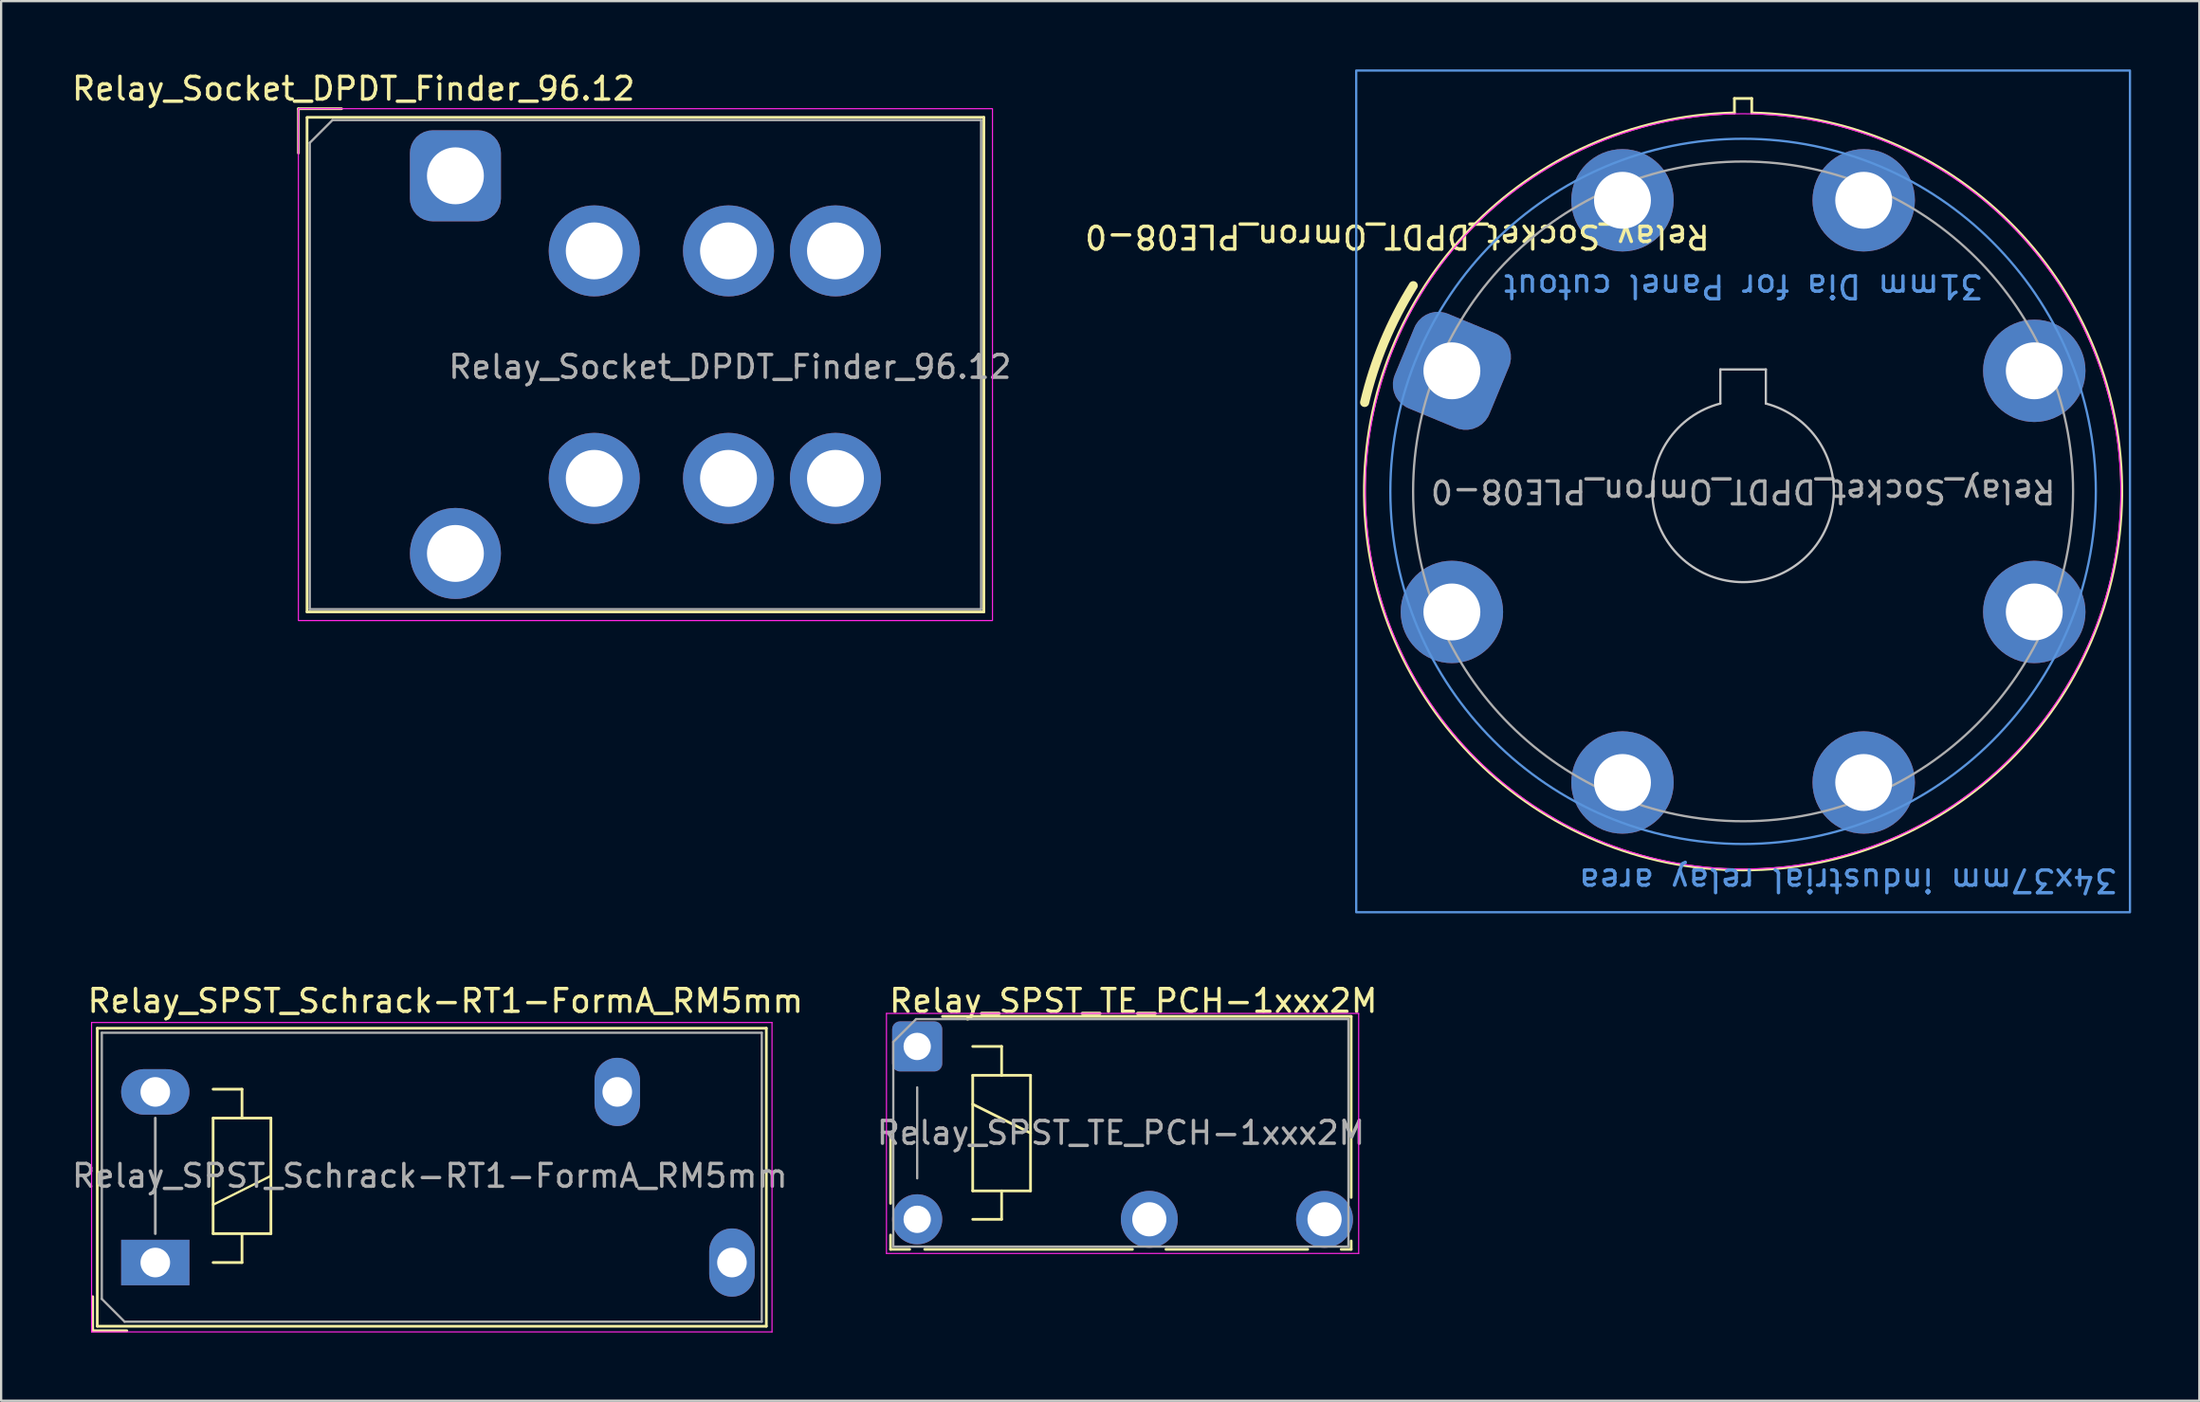
<source format=kicad_pcb>
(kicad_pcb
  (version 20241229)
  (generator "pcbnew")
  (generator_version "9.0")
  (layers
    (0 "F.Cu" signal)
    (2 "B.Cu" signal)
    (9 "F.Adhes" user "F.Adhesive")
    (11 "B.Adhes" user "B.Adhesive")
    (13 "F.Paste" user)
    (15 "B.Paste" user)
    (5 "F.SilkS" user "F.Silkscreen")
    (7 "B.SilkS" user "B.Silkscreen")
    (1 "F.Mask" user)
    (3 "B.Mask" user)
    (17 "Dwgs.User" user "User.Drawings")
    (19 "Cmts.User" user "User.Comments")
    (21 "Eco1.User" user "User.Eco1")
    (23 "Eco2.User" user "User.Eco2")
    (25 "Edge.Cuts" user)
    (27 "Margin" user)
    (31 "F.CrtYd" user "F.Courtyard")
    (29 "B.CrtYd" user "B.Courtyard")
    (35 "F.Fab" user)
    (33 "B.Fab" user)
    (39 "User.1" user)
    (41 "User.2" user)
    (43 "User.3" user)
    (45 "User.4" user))
  (footprint "Relay_Socket_DPDT_Finder_96.12"
    (layer "F.Cu")
    (at 16.962 4.678)
    (property "Reference" "Relay_Socket_DPDT_Finder_96.12" (at -4.48 -3.83 180) (layer "F.SilkS") (effects (font (size 1 1) (thickness 0.15))))
    (attr through_hole)
    (fp_line (start -6.9 -2.95) (end -5 -2.95) (stroke (width 0.12) (type solid)) (layer "F.SilkS"))
    (fp_line (start -6.9 -1) (end -6.9 -2.95) (stroke (width 0.12) (type solid)) (layer "F.SilkS"))
    (fp_line (start -6.52 -2.57) (end 23.22 -2.57) (stroke (width 0.12) (type solid)) (layer "F.SilkS"))
    (fp_line (start -6.52 -2.55) (end -6.52 19.17) (stroke (width 0.12) (type solid)) (layer "F.SilkS"))
    (fp_line (start -6.52 19.17) (end 23.22 19.17) (stroke (width 0.12) (type solid)) (layer "F.SilkS"))
    (fp_line (start 23.22 -2.57) (end 23.22 19.17) (stroke (width 0.12) (type solid)) (layer "F.SilkS"))
    (fp_rect (start -6.9 -2.95) (end 23.6 19.55) (stroke (width 0.05) (type default)) (fill no) (layer "F.CrtYd"))
    (fp_line (start -6.4 -1.45) (end -6.4 19.05) (stroke (width 0.1) (type solid)) (layer "F.Fab"))
    (fp_line (start -6.4 -1.45) (end -5.4 -2.45) (stroke (width 0.1) (type solid)) (layer "F.Fab"))
    (fp_line (start -5.4 -2.45) (end 23.1 -2.45) (stroke (width 0.1) (type solid)) (layer "F.Fab"))
    (fp_line (start 23.1 -2.45) (end 23.1 19.05) (stroke (width 0.1) (type solid)) (layer "F.Fab"))
    (fp_line (start 23.1 19.05) (end -6.4 19.05) (stroke (width 0.1) (type solid)) (layer "F.Fab"))
    (fp_text user "${REFERENCE}" (at 12.065 8.4 0) (layer "F.Fab") (effects (font (size 1 1) (thickness 0.15))))
    (pad "11" thru_hole circle (at 6.1 3.3) (size 4 4) (drill 2.5) (layers "*.Cu" "*.Mask"))
    (pad "12" thru_hole circle (at 16.7 3.3) (size 4 4) (drill 2.5) (layers "*.Cu" "*.Mask"))
    (pad "14" thru_hole circle (at 12 3.3) (size 4 4) (drill 2.5) (layers "*.Cu" "*.Mask"))
    (pad "21" thru_hole circle (at 6.1 13.3) (size 4 4) (drill 2.5) (layers "*.Cu" "*.Mask"))
    (pad "22" thru_hole circle (at 16.7 13.3) (size 4 4) (drill 2.5) (layers "*.Cu" "*.Mask"))
    (pad "24" thru_hole circle (at 12 13.3) (size 4 4) (drill 2.5) (layers "*.Cu" "*.Mask"))
    (pad "A1" thru_hole roundrect (at 0 0) (size 4 4) (drill 2.5) (layers "*.Cu" "*.Mask") (roundrect_rratio 0.25))
    (pad "A2" thru_hole circle (at 0 16.6) (size 4 4) (drill 2.5) (layers "*.Cu" "*.Mask")))
  (footprint "Relay_Socket_DPDT_Omron_PLE08-0"
    (layer "F.Cu")
    (at 60.749 13.25)
    (property "Reference" "Relay_Socket_DPDT_Omron_PLE08-0" (at -2.4 -5.9 180) (unlocked yes) (layer "F.SilkS") (effects (font (size 1 1) (thickness 0.15))))
    (attr through_hole)
    (fp_line (start 12.415 -11.972) (end 12.415 -11.337) (stroke (width 0.12) (type solid)) (layer "F.SilkS"))
    (fp_line (start 13.177 -11.972) (end 12.415 -11.972) (stroke (width 0.12) (type solid)) (layer "F.SilkS"))
    (fp_line (start 13.177 -11.337) (end 13.177 -11.972) (stroke (width 0.12) (type solid)) (layer "F.SilkS"))
    (fp_arc (start -3.834267 1.390166) (mid -2.976317 -1.263935) (end -1.697899 -3.743043) (stroke (width 0.4) (type default)) (layer "F.SilkS"))
    (fp_arc (start 13.176732 -11.336834) (mid 12.795732 21.941528) (end 12.414732 -11.336834) (stroke (width 0.12) (type solid)) (layer "F.SilkS"))
    (fp_line (start 11.796 -0.061) (end 11.796 1.439) (stroke (width 0.1) (type solid)) (layer "Dwgs.User"))
    (fp_line (start 13.796 -0.061) (end 11.796 -0.061) (stroke (width 0.1) (type solid)) (layer "Dwgs.User"))
    (fp_line (start 13.796 1.439) (end 13.796 -0.061) (stroke (width 0.1) (type solid)) (layer "Dwgs.User"))
    (fp_arc (start 13.795732 1.439367) (mid 12.795732 9.28837) (end 11.795732 1.439367) (stroke (width 0.1) (type solid)) (layer "Dwgs.User"))
    (fp_rect (start 29.796 23.8) (end -4.204 -13.2) (stroke (width 0.1) (type default)) (fill no) (layer "Cmts.User"))
    (fp_circle (center 12.796 5.3) (end -2.704 5.3) (stroke (width 0.1) (type default)) (fill no) (layer "Cmts.User"))
    (fp_circle (center 12.796 5.3) (end 29.396 5.3) (stroke (width 0.05) (type default)) (fill no) (layer "F.CrtYd"))
    (fp_circle (center 12.796 5.3) (end -1.704 5.3) (stroke (width 0.1) (type default)) (fill no) (layer "F.Fab"))
    (fp_arc (start 11.803408 1.210424) (mid 12.795882 0.101735) (end 13.788023 1.210722) (stroke (width 0.1) (type default)) (layer "User.2"))
    (fp_arc (start 13.788024 1.210722) (mid 12.794553 9.508277) (end 11.805732 1.210166) (stroke (width 0.1) (type default)) (layer "User.2"))
    (fp_text user "31mm Dia for Panel cutout" (at 23.396 -4.3 180) (unlocked yes) (layer "Cmts.User") (effects (font (size 1 1) (thickness 0.15)) (justify left bottom)))
    (fp_text user "34x37mm industrial relay area" (at 29.306 21.81 180) (unlocked yes) (layer "Cmts.User") (effects (font (size 1 1) (thickness 0.15)) (justify left bottom)))
    (fp_text user "${REFERENCE}" (at 12.796 5.3 180) (unlocked yes) (layer "F.Fab") (effects (font (size 1 1) (thickness 0.15))))
    (fp_text user "Relay Pin" (at 16.376 6.4 180) (unlocked yes) (layer "User.2") (effects (font (size 1 1) (thickness 0.15)) (justify left bottom)))
    (pad "11" thru_hole circle (at 7.496 -7.496 112.5) (size 4.5 4.5) (drill 2.5) (layers "*.Cu" "*.Mask"))
    (pad "12" thru_hole circle (at 7.496 18.096 247.5) (size 4.5 4.5) (drill 2.5) (layers "*.Cu" "*.Mask"))
    (pad "14" thru_hole circle (at 0 10.6 202.5) (size 4.5 4.5) (drill 2.5) (layers "*.Cu" "*.Mask"))
    (pad "21" thru_hole circle (at 18.096 -7.496 247.5) (size 4.5 4.5) (drill 2.5) (layers "*.Cu" "*.Mask"))
    (pad "22" thru_hole circle (at 18.096 18.096 112.5) (size 4.5 4.5) (drill 2.5) (layers "*.Cu" "*.Mask"))
    (pad "24" thru_hole circle (at 25.591 10.6 157.5) (size 4.5 4.5) (drill 2.5) (layers "*.Cu" "*.Mask"))
    (pad "A1" thru_hole roundrect (at 0 0 157.5) (size 4.5 4.5) (drill 2.5) (layers "*.Cu" "*.Mask") (roundrect_rratio 0.25))
    (pad "A2" thru_hole circle (at 25.591 0 202.5) (size 4.5 4.5) (drill 2.5) (layers "*.Cu" "*.Mask")))
  (footprint "Relay_SPST_TE_PCH-1xxx2M"
    (layer "F.Cu")
    (at 37.253 42.948)
    (property "Reference" "Relay_SPST_TE_PCH-1xxx2M" (at 9.5 -2 0) (layer "F.SilkS") (effects (font (size 1 1) (thickness 0.15))))
    (attr through_hole)
    (fp_line (start -1.17 3.8) (end -1.17 6.9) (stroke (width 0.12) (type solid)) (layer "F.SilkS"))
    (fp_line (start -1.17 8.29) (end -1.17 8.92) (stroke (width 0.12) (type solid)) (layer "F.SilkS"))
    (fp_line (start -0.33 8.92) (end -1.17 8.92) (stroke (width 0.12) (type solid)) (layer "F.SilkS"))
    (fp_line (start 2.44 0) (end 3.71 0) (stroke (width 0.12) (type solid)) (layer "F.SilkS"))
    (fp_line (start 2.44 1.27) (end 3.71 1.27) (stroke (width 0.12) (type solid)) (layer "F.SilkS"))
    (fp_line (start 2.44 2.54) (end 4.98 3.81) (stroke (width 0.12) (type solid)) (layer "F.SilkS"))
    (fp_line (start 2.44 6.35) (end 2.44 1.27) (stroke (width 0.12) (type solid)) (layer "F.SilkS"))
    (fp_line (start 3.71 0) (end 3.71 1.27) (stroke (width 0.12) (type solid)) (layer "F.SilkS"))
    (fp_line (start 3.71 1.27) (end 4.98 1.27) (stroke (width 0.12) (type solid)) (layer "F.SilkS"))
    (fp_line (start 3.71 6.35) (end 3.71 7.6) (stroke (width 0.12) (type solid)) (layer "F.SilkS"))
    (fp_line (start 3.71 7.6) (end 2.44 7.6) (stroke (width 0.12) (type solid)) (layer "F.SilkS"))
    (fp_line (start 4.98 1.27) (end 4.98 6.35) (stroke (width 0.12) (type solid)) (layer "F.SilkS"))
    (fp_line (start 4.98 6.35) (end 2.44 6.35) (stroke (width 0.12) (type solid)) (layer "F.SilkS"))
    (fp_line (start 9.46 8.92) (end 0.33 8.92) (stroke (width 0.12) (type solid)) (layer "F.SilkS"))
    (fp_line (start 17.16 8.92) (end 10.93 8.92) (stroke (width 0.12) (type solid)) (layer "F.SilkS"))
    (fp_line (start 19.07 -1.32) (end 1.11 -1.32) (stroke (width 0.12) (type solid)) (layer "F.SilkS"))
    (fp_line (start 19.07 -1.32) (end 19.07 6.64) (stroke (width 0.12) (type solid)) (layer "F.SilkS"))
    (fp_line (start 19.07 8.92) (end 18.63 8.92) (stroke (width 0.12) (type solid)) (layer "F.SilkS"))
    (fp_line (start 19.07 8.92) (end 19.07 8.55) (stroke (width 0.12) (type solid)) (layer "F.SilkS"))
    (fp_line (start -1.35 -1.45) (end 19.4 -1.45) (stroke (width 0.05) (type solid)) (layer "F.CrtYd"))
    (fp_line (start -1.35 9.1) (end -1.35 -1.45) (stroke (width 0.05) (type solid)) (layer "F.CrtYd"))
    (fp_line (start 19.4 -1.45) (end 19.4 9.1) (stroke (width 0.05) (type solid)) (layer "F.CrtYd"))
    (fp_line (start 19.4 9.1) (end -1.35 9.1) (stroke (width 0.05) (type solid)) (layer "F.CrtYd"))
    (fp_line (start -1.05 8.8) (end -1.05 -0.2) (stroke (width 0.1) (type solid)) (layer "F.Fab"))
    (fp_line (start -0.05 -1.2) (end -1.05 -0.2) (stroke (width 0.1) (type solid)) (layer "F.Fab"))
    (fp_line (start -0.05 -1.2) (end 18.95 -1.2) (stroke (width 0.1) (type solid)) (layer "F.Fab"))
    (fp_line (start 0 1.8) (end 0 5.8) (stroke (width 0.1) (type solid)) (layer "F.Fab"))
    (fp_line (start 18.95 -1.2) (end 18.95 8.8) (stroke (width 0.1) (type solid)) (layer "F.Fab"))
    (fp_line (start 18.95 8.8) (end -1.05 8.8) (stroke (width 0.1) (type solid)) (layer "F.Fab"))
    (fp_text user "${REFERENCE}" (at 8.95 3.8 0) (layer "F.Fab") (effects (font (size 1 1) (thickness 0.15))))
    (pad "1" thru_hole roundrect (at 0 0) (size 2.2 2.2) (drill 1.2) (layers "*.Cu" "*.Mask") (roundrect_rratio 0.155))
    (pad "2" thru_hole circle (at 10.2 7.6) (size 2.5 2.5) (drill 1.5) (layers "*.Cu" "*.Mask"))
    (pad "3" thru_hole circle (at 17.9 7.6) (size 2.5 2.5) (drill 1.5) (layers "*.Cu" "*.Mask"))
    (pad "5" thru_hole circle (at 0 7.6) (size 2.2 2.2) (drill 1.2) (layers "*.Cu" "*.Mask")))
  (footprint "Relay_SPST_Schrack-RT1-FormA_RM5mm"
    (layer "F.Cu")
    (at 3.774 52.448)
    (property "Reference" "Relay_SPST_Schrack-RT1-FormA_RM5mm" (at 12.75 -11.5 0) (layer "F.SilkS") (effects (font (size 1 1) (thickness 0.15))))
    (attr through_hole)
    (fp_line (start -2.75 1.5) (end -2.75 3) (stroke (width 0.12) (type solid)) (layer "F.SilkS"))
    (fp_line (start -2.75 3) (end -1.25 3) (stroke (width 0.12) (type solid)) (layer "F.SilkS"))
    (fp_line (start -2.55 -10.3) (end -2.55 2.8) (stroke (width 0.12) (type solid)) (layer "F.SilkS"))
    (fp_line (start -2.55 2.8) (end 26.85 2.8) (stroke (width 0.12) (type solid)) (layer "F.SilkS"))
    (fp_line (start 2.54 -6.35) (end 2.54 -1.27) (stroke (width 0.12) (type solid)) (layer "F.SilkS"))
    (fp_line (start 2.54 -2.54) (end 5.08 -3.81) (stroke (width 0.1) (type solid)) (layer "F.SilkS"))
    (fp_line (start 2.54 -1.27) (end 3.81 -1.27) (stroke (width 0.12) (type solid)) (layer "F.SilkS"))
    (fp_line (start 2.54 0) (end 3.81 0) (stroke (width 0.12) (type solid)) (layer "F.SilkS"))
    (fp_line (start 3.81 -7.62) (end 2.54 -7.62) (stroke (width 0.12) (type solid)) (layer "F.SilkS"))
    (fp_line (start 3.81 -6.35) (end 3.81 -7.62) (stroke (width 0.12) (type solid)) (layer "F.SilkS"))
    (fp_line (start 3.81 -1.27) (end 5.08 -1.27) (stroke (width 0.12) (type solid)) (layer "F.SilkS"))
    (fp_line (start 3.81 0) (end 3.81 -1.27) (stroke (width 0.12) (type solid)) (layer "F.SilkS"))
    (fp_line (start 5.08 -6.35) (end 2.54 -6.35) (stroke (width 0.12) (type solid)) (layer "F.SilkS"))
    (fp_line (start 5.08 -1.27) (end 5.08 -6.35) (stroke (width 0.12) (type solid)) (layer "F.SilkS"))
    (fp_line (start 26.85 -10.3) (end -2.55 -10.3) (stroke (width 0.12) (type solid)) (layer "F.SilkS"))
    (fp_line (start 26.85 2.8) (end 26.85 -10.3) (stroke (width 0.12) (type solid)) (layer "F.SilkS"))
    (fp_line (start -2.8 -10.55) (end -2.8 3.05) (stroke (width 0.05) (type solid)) (layer "F.CrtYd"))
    (fp_line (start -2.8 3.05) (end 27.1 3.05) (stroke (width 0.05) (type solid)) (layer "F.CrtYd"))
    (fp_line (start 27.1 -10.55) (end -2.8 -10.55) (stroke (width 0.05) (type solid)) (layer "F.CrtYd"))
    (fp_line (start 27.1 3.05) (end 27.1 -10.55) (stroke (width 0.05) (type solid)) (layer "F.CrtYd"))
    (fp_line (start -2.35 -10.1) (end -2.35 1.6) (stroke (width 0.1) (type solid)) (layer "F.Fab"))
    (fp_line (start -2.35 1.6) (end -1.35 2.6) (stroke (width 0.1) (type solid)) (layer "F.Fab"))
    (fp_line (start -1.35 2.6) (end 26.65 2.6) (stroke (width 0.1) (type solid)) (layer "F.Fab"))
    (fp_line (start 0 -1.27) (end 0 -6.35) (stroke (width 0.12) (type solid)) (layer "F.Fab"))
    (fp_line (start 26.65 -10.1) (end -2.35 -10.1) (stroke (width 0.1) (type solid)) (layer "F.Fab"))
    (fp_line (start 26.65 2.6) (end 26.65 -10.1) (stroke (width 0.1) (type solid)) (layer "F.Fab"))
    (fp_text user "${REFERENCE}" (at 12.065 -3.81 180) (layer "F.Fab") (effects (font (size 1 1) (thickness 0.15))))
    (pad "11" thru_hole oval (at 20.3 -7.5 180) (size 2 3) (drill 1.3) (layers "*.Cu" "*.Mask"))
    (pad "14" thru_hole oval (at 25.34 0 180) (size 2 3) (drill 1.3) (layers "*.Cu" "*.Mask"))
    (pad "A1" thru_hole rect (at 0 0 180) (size 3 2) (drill 1.3) (layers "*.Cu" "*.Mask"))
    (pad "A2" thru_hole oval (at 0 -7.5 180) (size 3 2) (drill 1.3) (layers "*.Cu" "*.Mask")))
  (gr_rect
    (start -3 -3)
    (end 93.594 58.523)
    (stroke (width 0.1) (type default))
    (fill no)
    (layer "Edge.Cuts")))
</source>
